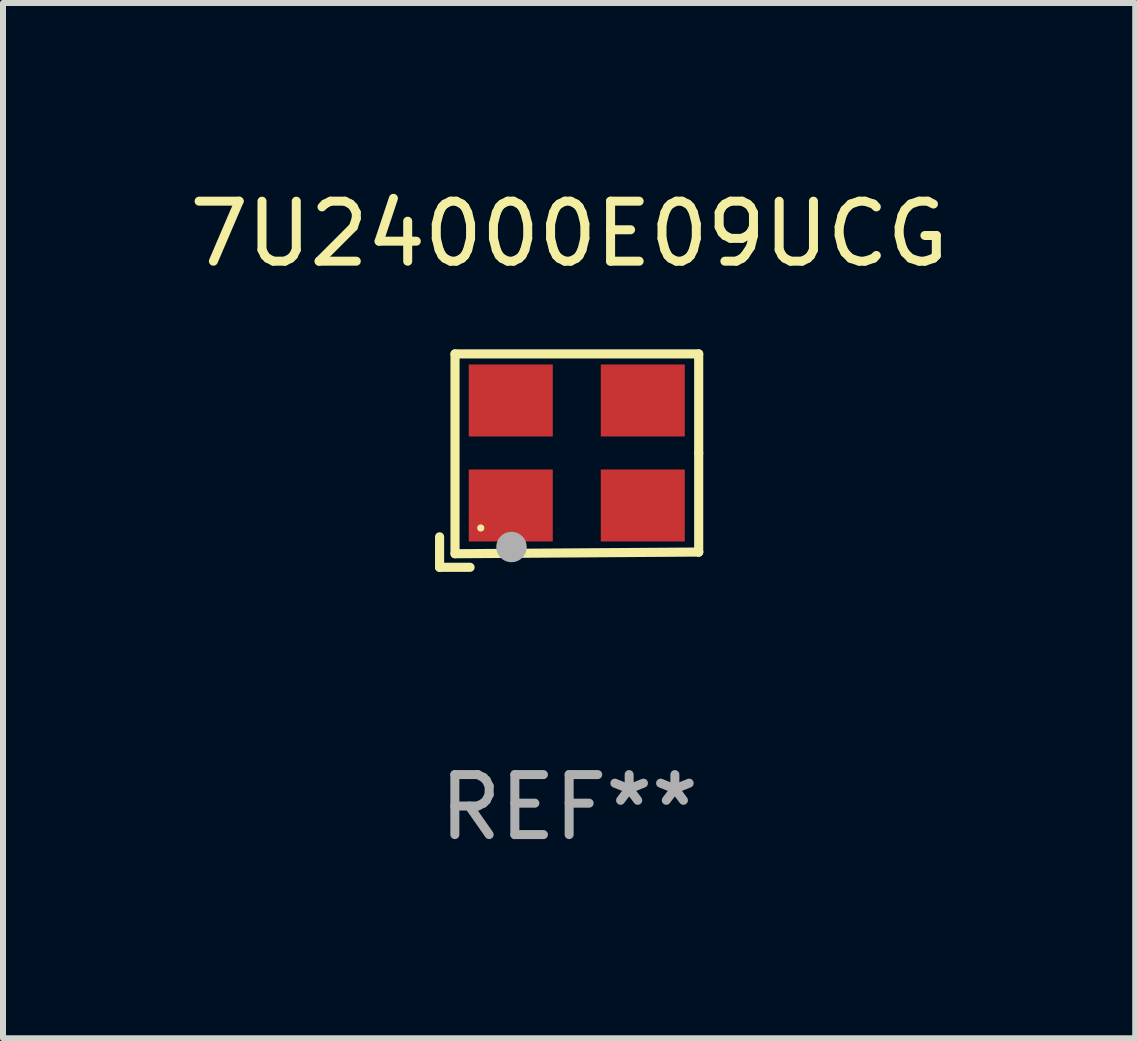
<source format=kicad_pcb>
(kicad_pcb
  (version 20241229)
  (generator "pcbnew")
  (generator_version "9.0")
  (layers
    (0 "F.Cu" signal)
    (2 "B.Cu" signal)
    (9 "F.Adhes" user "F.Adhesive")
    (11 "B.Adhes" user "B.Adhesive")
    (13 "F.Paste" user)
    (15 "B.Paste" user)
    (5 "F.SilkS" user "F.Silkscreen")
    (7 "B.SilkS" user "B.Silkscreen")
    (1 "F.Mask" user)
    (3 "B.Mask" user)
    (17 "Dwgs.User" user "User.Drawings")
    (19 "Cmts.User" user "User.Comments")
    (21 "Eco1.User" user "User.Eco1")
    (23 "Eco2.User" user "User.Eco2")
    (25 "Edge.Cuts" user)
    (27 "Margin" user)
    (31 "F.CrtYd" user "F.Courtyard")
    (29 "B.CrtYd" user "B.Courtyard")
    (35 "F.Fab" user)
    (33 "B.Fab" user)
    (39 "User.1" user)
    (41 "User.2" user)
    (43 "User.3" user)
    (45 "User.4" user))
  (footprint "7U24000E09UCG"
    (layer "F.Cu")
    (at 6.435 4.626)
    (property "Reference" "7U24000E09UCG" (at 0 -3.778 0) (layer "F.SilkS") (effects (font (size 1 1) (thickness 0.15))))
    (attr through_hole)
    (fp_line (start -2.159 1.27) (end -2.159 1.778) (stroke (width 0.152) (type solid)) (layer "F.SilkS"))
    (fp_line (start -2.159 1.778) (end -1.651 1.778) (stroke (width 0.152) (type solid)) (layer "F.SilkS"))
    (fp_line (start -1.902 -1.778) (end 2.159 -1.778) (stroke (width 0.152) (type solid)) (layer "F.SilkS"))
    (fp_line (start -1.902 1.552) (end -1.902 -1.778) (stroke (width 0.152) (type solid)) (layer "F.SilkS"))
    (fp_line (start 2.159 -1.778) (end 2.159 -0.127) (stroke (width 0.152) (type solid)) (layer "F.SilkS"))
    (fp_line (start 2.159 -0.127) (end 2.159 1.524) (stroke (width 0.152) (type solid)) (layer "F.SilkS"))
    (fp_line (start 2.159 1.524) (end -1.902 1.552) (stroke (width 0.152) (type solid)) (layer "F.SilkS"))
    (fp_line (start 2.159 1.524) (end 2.159 1.524) (stroke (width 0.152) (type solid)) (layer "F.SilkS"))
    (fp_circle (center -1.473 1.123) (end -1.443 1.123) (stroke (width 0.06) (type solid)) (fill no) (layer "F.SilkS"))
    (fp_circle (center -0.961 1.44) (end -0.834 1.44) (stroke (width 0.254) (type solid)) (fill no) (layer "F.Fab"))
    (fp_text user "REF**" (at 0 5.778 0) (layer "F.Fab") (effects (font (size 1 1) (thickness 0.15))))
    (pad "1" smd rect (at -0.973 0.748) (size 1.4 1.2) (layers "F.Cu" "F.Mask" "F.Paste"))
    (pad "2" smd rect (at 1.227 0.748) (size 1.4 1.2) (layers "F.Cu" "F.Mask" "F.Paste"))
    (pad "3" smd rect (at 1.227 -1.002) (size 1.4 1.2) (layers "F.Cu" "F.Mask" "F.Paste"))
    (pad "4" smd rect (at -0.973 -1.002) (size 1.4 1.2) (layers "F.Cu" "F.Mask" "F.Paste")))
  (gr_rect
    (start -3 -3)
    (end 15.869 14.253)
    (stroke (width 0.1) (type default))
    (fill no)
    (layer "Edge.Cuts")))
</source>
